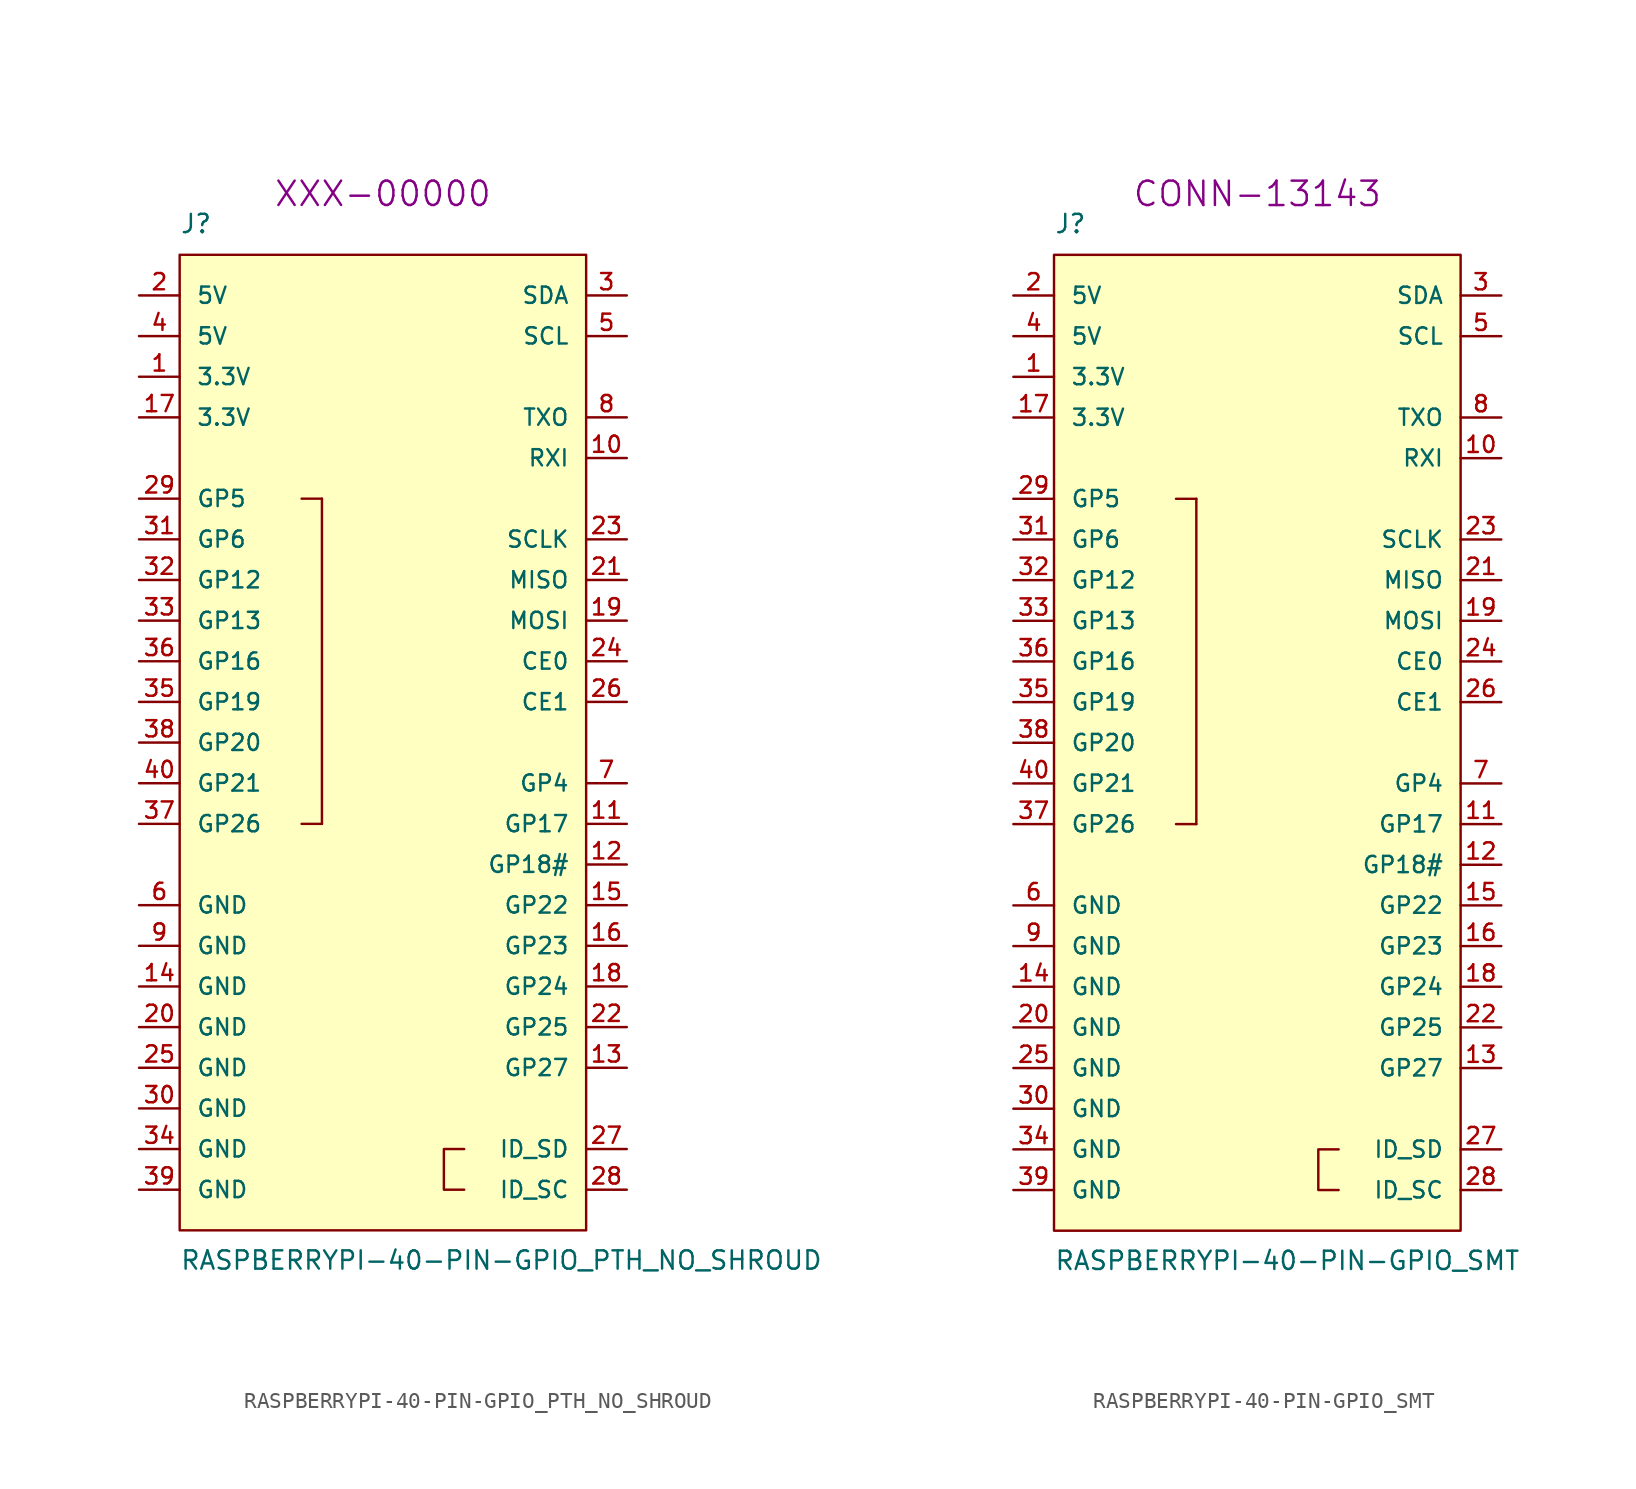
<source format=kicad_sym>
(kicad_symbol_lib
  (version 20220914)
  (generator kicad_symbol_editor)
  (symbol "RASPBERRYPI-40-PIN-GPIO_PTH_NO_SHROUD"
    (pin_names
      (offset 1.016))
    (property "Reference" "J"
      (at -12.7 31.75 0)
      (effects (font (size 1.143 1.143)) (justify left bottom)))
    (property "Value" "RASPBERRYPI-40-PIN-GPIO_PTH_NO_SHROUD"
      (at -12.7 -33.02 0)
      (effects (font (size 1.143 1.143)) (justify left bottom)))
    (property "Field4" "XXX-00000"
      (at 0 34.29 0)
      (effects (font (size 1.524 1.524))))
    (property "ki_locked" ""
      (at 0 0 0)
      (effects (font (size 1.27 1.27))))
    (symbol "RASPBERRYPI-40-PIN-GPIO_PTH_NO_SHROUD_0_1"
      (polyline (pts (xy -3.81 -5.08) (xy -5.08 -5.08)) (stroke (width 0) (type solid)) (fill (type none)))
      (polyline (pts (xy -3.81 15.24) (xy -5.08 15.24)) (stroke (width 0) (type solid)) (fill (type none)))
      (polyline (pts (xy 5.08 -25.4) (xy 3.81 -25.4) (xy 3.81 -27.94) (xy 5.08 -27.94)) (stroke (width 0) (type solid)) (fill (type none))))
    (symbol "RASPBERRYPI-40-PIN-GPIO_PTH_NO_SHROUD_1_0"
      (polyline (pts (xy -3.81 15.24) (xy -3.81 -5.08)) (stroke (width 0) (type solid)) (fill (type none))))
    (symbol "RASPBERRYPI-40-PIN-GPIO_PTH_NO_SHROUD_1_1"
      (polyline (pts (xy -12.7 30.48) (xy 12.7 30.48) (xy 12.7 -30.48) (xy -12.7 -30.48) (xy -12.7 30.48)) (stroke (width 0) (type solid)) (fill (type background)))
      (pin power_in line (at -15.24 22.86 0) (length 2.54) (name "3.3V" (effects (font (size 1.016 1.016)))) (number "1" (effects (font (size 1.016 1.016)))))
      (pin input line (at 15.24 17.78 180) (length 2.54) (name "RXI" (effects (font (size 1.016 1.016)))) (number "10" (effects (font (size 1.016 1.016)))))
      (pin bidirectional line (at 15.24 -5.08 180) (length 2.54) (name "GP17" (effects (font (size 1.016 1.016)))) (number "11" (effects (font (size 1.016 1.016)))))
      (pin bidirectional line (at 15.24 -7.62 180) (length 2.54) (name "GP18#" (effects (font (size 1.016 1.016)))) (number "12" (effects (font (size 1.016 1.016)))))
      (pin bidirectional line (at 15.24 -20.32 180) (length 2.54) (name "GP27" (effects (font (size 1.016 1.016)))) (number "13" (effects (font (size 1.016 1.016)))))
      (pin power_in line (at -15.24 -15.24 0) (length 2.54) (name "GND" (effects (font (size 1.016 1.016)))) (number "14" (effects (font (size 1.016 1.016)))))
      (pin bidirectional line (at 15.24 -10.16 180) (length 2.54) (name "GP22" (effects (font (size 1.016 1.016)))) (number "15" (effects (font (size 1.016 1.016)))))
      (pin bidirectional line (at 15.24 -12.7 180) (length 2.54) (name "GP23" (effects (font (size 1.016 1.016)))) (number "16" (effects (font (size 1.016 1.016)))))
      (pin power_in line (at -15.24 20.32 0) (length 2.54) (name "3.3V" (effects (font (size 1.016 1.016)))) (number "17" (effects (font (size 1.016 1.016)))))
      (pin bidirectional line (at 15.24 -15.24 180) (length 2.54) (name "GP24" (effects (font (size 1.016 1.016)))) (number "18" (effects (font (size 1.016 1.016)))))
      (pin output line (at 15.24 7.62 180) (length 2.54) (name "MOSI" (effects (font (size 1.016 1.016)))) (number "19" (effects (font (size 1.016 1.016)))))
      (pin power_in line (at -15.24 27.94 0) (length 2.54) (name "5V" (effects (font (size 1.016 1.016)))) (number "2" (effects (font (size 1.016 1.016)))))
      (pin power_in line (at -15.24 -17.78 0) (length 2.54) (name "GND" (effects (font (size 1.016 1.016)))) (number "20" (effects (font (size 1.016 1.016)))))
      (pin input line (at 15.24 10.16 180) (length 2.54) (name "MISO" (effects (font (size 1.016 1.016)))) (number "21" (effects (font (size 1.016 1.016)))))
      (pin bidirectional line (at 15.24 -17.78 180) (length 2.54) (name "GP25" (effects (font (size 1.016 1.016)))) (number "22" (effects (font (size 1.016 1.016)))))
      (pin output line (at 15.24 12.7 180) (length 2.54) (name "SCLK" (effects (font (size 1.016 1.016)))) (number "23" (effects (font (size 1.016 1.016)))))
      (pin output line (at 15.24 5.08 180) (length 2.54) (name "CE0" (effects (font (size 1.016 1.016)))) (number "24" (effects (font (size 1.016 1.016)))))
      (pin power_in line (at -15.24 -20.32 0) (length 2.54) (name "GND" (effects (font (size 1.016 1.016)))) (number "25" (effects (font (size 1.016 1.016)))))
      (pin output line (at 15.24 2.54 180) (length 2.54) (name "CE1" (effects (font (size 1.016 1.016)))) (number "26" (effects (font (size 1.016 1.016)))))
      (pin bidirectional line (at 15.24 -25.4 180) (length 2.54) (name "ID_SD" (effects (font (size 1.016 1.016)))) (number "27" (effects (font (size 1.016 1.016)))))
      (pin bidirectional line (at 15.24 -27.94 180) (length 2.54) (name "ID_SC" (effects (font (size 1.016 1.016)))) (number "28" (effects (font (size 1.016 1.016)))))
      (pin bidirectional line (at -15.24 15.24 0) (length 2.54) (name "GP5" (effects (font (size 1.016 1.016)))) (number "29" (effects (font (size 1.016 1.016)))))
      (pin bidirectional line (at 15.24 27.94 180) (length 2.54) (name "SDA" (effects (font (size 1.016 1.016)))) (number "3" (effects (font (size 1.016 1.016)))))
      (pin power_in line (at -15.24 -22.86 0) (length 2.54) (name "GND" (effects (font (size 1.016 1.016)))) (number "30" (effects (font (size 1.016 1.016)))))
      (pin bidirectional line (at -15.24 12.7 0) (length 2.54) (name "GP6" (effects (font (size 1.016 1.016)))) (number "31" (effects (font (size 1.016 1.016)))))
      (pin bidirectional line (at -15.24 10.16 0) (length 2.54) (name "GP12" (effects (font (size 1.016 1.016)))) (number "32" (effects (font (size 1.016 1.016)))))
      (pin bidirectional line (at -15.24 7.62 0) (length 2.54) (name "GP13" (effects (font (size 1.016 1.016)))) (number "33" (effects (font (size 1.016 1.016)))))
      (pin power_in line (at -15.24 -25.4 0) (length 2.54) (name "GND" (effects (font (size 1.016 1.016)))) (number "34" (effects (font (size 1.016 1.016)))))
      (pin bidirectional line (at -15.24 2.54 0) (length 2.54) (name "GP19" (effects (font (size 1.016 1.016)))) (number "35" (effects (font (size 1.016 1.016)))))
      (pin bidirectional line (at -15.24 5.08 0) (length 2.54) (name "GP16" (effects (font (size 1.016 1.016)))) (number "36" (effects (font (size 1.016 1.016)))))
      (pin bidirectional line (at -15.24 -5.08 0) (length 2.54) (name "GP26" (effects (font (size 1.016 1.016)))) (number "37" (effects (font (size 1.016 1.016)))))
      (pin bidirectional line (at -15.24 0 0) (length 2.54) (name "GP20" (effects (font (size 1.016 1.016)))) (number "38" (effects (font (size 1.016 1.016)))))
      (pin power_in line (at -15.24 -27.94 0) (length 2.54) (name "GND" (effects (font (size 1.016 1.016)))) (number "39" (effects (font (size 1.016 1.016)))))
      (pin power_in line (at -15.24 25.4 0) (length 2.54) (name "5V" (effects (font (size 1.016 1.016)))) (number "4" (effects (font (size 1.016 1.016)))))
      (pin bidirectional line (at -15.24 -2.54 0) (length 2.54) (name "GP21" (effects (font (size 1.016 1.016)))) (number "40" (effects (font (size 1.016 1.016)))))
      (pin bidirectional line (at 15.24 25.4 180) (length 2.54) (name "SCL" (effects (font (size 1.016 1.016)))) (number "5" (effects (font (size 1.016 1.016)))))
      (pin power_in line (at -15.24 -10.16 0) (length 2.54) (name "GND" (effects (font (size 1.016 1.016)))) (number "6" (effects (font (size 1.016 1.016)))))
      (pin bidirectional line (at 15.24 -2.54 180) (length 2.54) (name "GP4" (effects (font (size 1.016 1.016)))) (number "7" (effects (font (size 1.016 1.016)))))
      (pin output line (at 15.24 20.32 180) (length 2.54) (name "TXO" (effects (font (size 1.016 1.016)))) (number "8" (effects (font (size 1.016 1.016)))))
      (pin power_in line (at -15.24 -12.7 0) (length 2.54) (name "GND" (effects (font (size 1.016 1.016)))) (number "9" (effects (font (size 1.016 1.016)))))))
  (symbol "RASPBERRYPI-40-PIN-GPIO_SMT"
    (pin_names
      (offset 1.016))
    (property "Reference" "J"
      (at -12.7 31.75 0)
      (effects (font (size 1.143 1.143)) (justify left bottom)))
    (property "Value" "RASPBERRYPI-40-PIN-GPIO_SMT"
      (at -12.7 -33.02 0)
      (effects (font (size 1.143 1.143)) (justify left bottom)))
    (property "Field4" "CONN-13143"
      (at 0 34.29 0)
      (effects (font (size 1.524 1.524))))
    (property "ki_locked" ""
      (at 0 0 0)
      (effects (font (size 1.27 1.27))))
    (symbol "RASPBERRYPI-40-PIN-GPIO_SMT_0_1"
      (polyline (pts (xy -3.81 -5.08) (xy -5.08 -5.08)) (stroke (width 0) (type solid)) (fill (type none)))
      (polyline (pts (xy -3.81 15.24) (xy -5.08 15.24)) (stroke (width 0) (type solid)) (fill (type none)))
      (polyline (pts (xy 5.08 -25.4) (xy 3.81 -25.4) (xy 3.81 -27.94) (xy 5.08 -27.94)) (stroke (width 0) (type solid)) (fill (type none))))
    (symbol "RASPBERRYPI-40-PIN-GPIO_SMT_1_0"
      (polyline (pts (xy -3.81 15.24) (xy -3.81 -5.08)) (stroke (width 0) (type solid)) (fill (type none))))
    (symbol "RASPBERRYPI-40-PIN-GPIO_SMT_1_1"
      (polyline (pts (xy -12.7 30.48) (xy 12.7 30.48) (xy 12.7 -30.48) (xy -12.7 -30.48) (xy -12.7 30.48)) (stroke (width 0) (type solid)) (fill (type background)))
      (pin power_in line (at -15.24 22.86 0) (length 2.54) (name "3.3V" (effects (font (size 1.016 1.016)))) (number "1" (effects (font (size 1.016 1.016)))))
      (pin input line (at 15.24 17.78 180) (length 2.54) (name "RXI" (effects (font (size 1.016 1.016)))) (number "10" (effects (font (size 1.016 1.016)))))
      (pin bidirectional line (at 15.24 -5.08 180) (length 2.54) (name "GP17" (effects (font (size 1.016 1.016)))) (number "11" (effects (font (size 1.016 1.016)))))
      (pin bidirectional line (at 15.24 -7.62 180) (length 2.54) (name "GP18#" (effects (font (size 1.016 1.016)))) (number "12" (effects (font (size 1.016 1.016)))))
      (pin bidirectional line (at 15.24 -20.32 180) (length 2.54) (name "GP27" (effects (font (size 1.016 1.016)))) (number "13" (effects (font (size 1.016 1.016)))))
      (pin power_in line (at -15.24 -15.24 0) (length 2.54) (name "GND" (effects (font (size 1.016 1.016)))) (number "14" (effects (font (size 1.016 1.016)))))
      (pin bidirectional line (at 15.24 -10.16 180) (length 2.54) (name "GP22" (effects (font (size 1.016 1.016)))) (number "15" (effects (font (size 1.016 1.016)))))
      (pin bidirectional line (at 15.24 -12.7 180) (length 2.54) (name "GP23" (effects (font (size 1.016 1.016)))) (number "16" (effects (font (size 1.016 1.016)))))
      (pin power_in line (at -15.24 20.32 0) (length 2.54) (name "3.3V" (effects (font (size 1.016 1.016)))) (number "17" (effects (font (size 1.016 1.016)))))
      (pin bidirectional line (at 15.24 -15.24 180) (length 2.54) (name "GP24" (effects (font (size 1.016 1.016)))) (number "18" (effects (font (size 1.016 1.016)))))
      (pin output line (at 15.24 7.62 180) (length 2.54) (name "MOSI" (effects (font (size 1.016 1.016)))) (number "19" (effects (font (size 1.016 1.016)))))
      (pin power_in line (at -15.24 27.94 0) (length 2.54) (name "5V" (effects (font (size 1.016 1.016)))) (number "2" (effects (font (size 1.016 1.016)))))
      (pin power_in line (at -15.24 -17.78 0) (length 2.54) (name "GND" (effects (font (size 1.016 1.016)))) (number "20" (effects (font (size 1.016 1.016)))))
      (pin input line (at 15.24 10.16 180) (length 2.54) (name "MISO" (effects (font (size 1.016 1.016)))) (number "21" (effects (font (size 1.016 1.016)))))
      (pin bidirectional line (at 15.24 -17.78 180) (length 2.54) (name "GP25" (effects (font (size 1.016 1.016)))) (number "22" (effects (font (size 1.016 1.016)))))
      (pin output line (at 15.24 12.7 180) (length 2.54) (name "SCLK" (effects (font (size 1.016 1.016)))) (number "23" (effects (font (size 1.016 1.016)))))
      (pin output line (at 15.24 5.08 180) (length 2.54) (name "CE0" (effects (font (size 1.016 1.016)))) (number "24" (effects (font (size 1.016 1.016)))))
      (pin power_in line (at -15.24 -20.32 0) (length 2.54) (name "GND" (effects (font (size 1.016 1.016)))) (number "25" (effects (font (size 1.016 1.016)))))
      (pin output line (at 15.24 2.54 180) (length 2.54) (name "CE1" (effects (font (size 1.016 1.016)))) (number "26" (effects (font (size 1.016 1.016)))))
      (pin bidirectional line (at 15.24 -25.4 180) (length 2.54) (name "ID_SD" (effects (font (size 1.016 1.016)))) (number "27" (effects (font (size 1.016 1.016)))))
      (pin bidirectional line (at 15.24 -27.94 180) (length 2.54) (name "ID_SC" (effects (font (size 1.016 1.016)))) (number "28" (effects (font (size 1.016 1.016)))))
      (pin bidirectional line (at -15.24 15.24 0) (length 2.54) (name "GP5" (effects (font (size 1.016 1.016)))) (number "29" (effects (font (size 1.016 1.016)))))
      (pin bidirectional line (at 15.24 27.94 180) (length 2.54) (name "SDA" (effects (font (size 1.016 1.016)))) (number "3" (effects (font (size 1.016 1.016)))))
      (pin power_in line (at -15.24 -22.86 0) (length 2.54) (name "GND" (effects (font (size 1.016 1.016)))) (number "30" (effects (font (size 1.016 1.016)))))
      (pin bidirectional line (at -15.24 12.7 0) (length 2.54) (name "GP6" (effects (font (size 1.016 1.016)))) (number "31" (effects (font (size 1.016 1.016)))))
      (pin bidirectional line (at -15.24 10.16 0) (length 2.54) (name "GP12" (effects (font (size 1.016 1.016)))) (number "32" (effects (font (size 1.016 1.016)))))
      (pin bidirectional line (at -15.24 7.62 0) (length 2.54) (name "GP13" (effects (font (size 1.016 1.016)))) (number "33" (effects (font (size 1.016 1.016)))))
      (pin power_in line (at -15.24 -25.4 0) (length 2.54) (name "GND" (effects (font (size 1.016 1.016)))) (number "34" (effects (font (size 1.016 1.016)))))
      (pin bidirectional line (at -15.24 2.54 0) (length 2.54) (name "GP19" (effects (font (size 1.016 1.016)))) (number "35" (effects (font (size 1.016 1.016)))))
      (pin bidirectional line (at -15.24 5.08 0) (length 2.54) (name "GP16" (effects (font (size 1.016 1.016)))) (number "36" (effects (font (size 1.016 1.016)))))
      (pin bidirectional line (at -15.24 -5.08 0) (length 2.54) (name "GP26" (effects (font (size 1.016 1.016)))) (number "37" (effects (font (size 1.016 1.016)))))
      (pin bidirectional line (at -15.24 0 0) (length 2.54) (name "GP20" (effects (font (size 1.016 1.016)))) (number "38" (effects (font (size 1.016 1.016)))))
      (pin power_in line (at -15.24 -27.94 0) (length 2.54) (name "GND" (effects (font (size 1.016 1.016)))) (number "39" (effects (font (size 1.016 1.016)))))
      (pin power_in line (at -15.24 25.4 0) (length 2.54) (name "5V" (effects (font (size 1.016 1.016)))) (number "4" (effects (font (size 1.016 1.016)))))
      (pin bidirectional line (at -15.24 -2.54 0) (length 2.54) (name "GP21" (effects (font (size 1.016 1.016)))) (number "40" (effects (font (size 1.016 1.016)))))
      (pin bidirectional line (at 15.24 25.4 180) (length 2.54) (name "SCL" (effects (font (size 1.016 1.016)))) (number "5" (effects (font (size 1.016 1.016)))))
      (pin power_in line (at -15.24 -10.16 0) (length 2.54) (name "GND" (effects (font (size 1.016 1.016)))) (number "6" (effects (font (size 1.016 1.016)))))
      (pin bidirectional line (at 15.24 -2.54 180) (length 2.54) (name "GP4" (effects (font (size 1.016 1.016)))) (number "7" (effects (font (size 1.016 1.016)))))
      (pin output line (at 15.24 20.32 180) (length 2.54) (name "TXO" (effects (font (size 1.016 1.016)))) (number "8" (effects (font (size 1.016 1.016)))))
      (pin power_in line (at -15.24 -12.7 0) (length 2.54) (name "GND" (effects (font (size 1.016 1.016)))) (number "9" (effects (font (size 1.016 1.016))))))))
</source>
